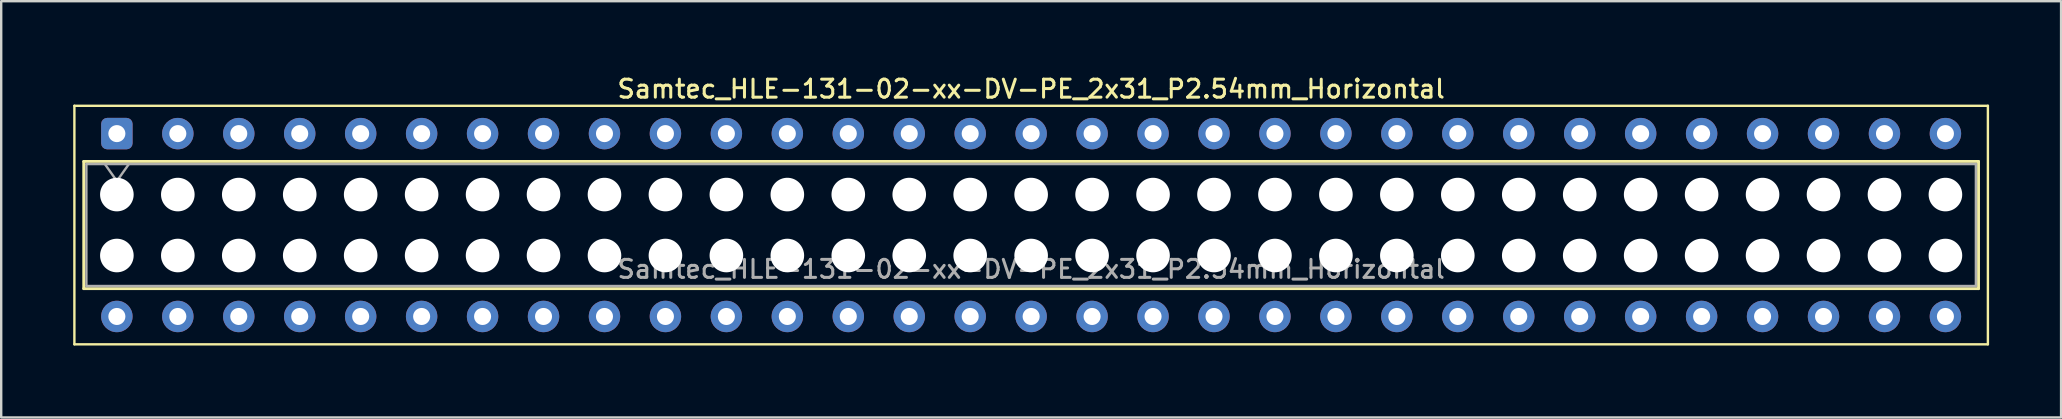
<source format=kicad_pcb>
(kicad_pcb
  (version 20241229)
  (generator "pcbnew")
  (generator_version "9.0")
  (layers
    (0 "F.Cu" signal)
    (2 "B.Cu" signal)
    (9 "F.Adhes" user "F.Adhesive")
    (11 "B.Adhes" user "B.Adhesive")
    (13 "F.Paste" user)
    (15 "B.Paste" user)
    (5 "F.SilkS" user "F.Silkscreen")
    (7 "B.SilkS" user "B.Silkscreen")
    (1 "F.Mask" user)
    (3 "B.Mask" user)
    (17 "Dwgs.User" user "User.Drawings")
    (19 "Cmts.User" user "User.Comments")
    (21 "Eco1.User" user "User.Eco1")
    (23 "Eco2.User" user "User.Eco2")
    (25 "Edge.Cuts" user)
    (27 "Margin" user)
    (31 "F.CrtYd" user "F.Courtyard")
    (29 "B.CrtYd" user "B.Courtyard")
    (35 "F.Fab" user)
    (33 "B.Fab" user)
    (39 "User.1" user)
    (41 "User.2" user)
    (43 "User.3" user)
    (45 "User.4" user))
  (footprint "Samtec_HLE-131-02-xx-DV-PE_2x31_P2.54mm_Horizontal"
    (layer "F.Cu")
    (at 1.82 2.518)
    (property "Reference" "Samtec_HLE-131-02-xx-DV-PE_2x31_P2.54mm_Horizontal" (at 38.1 -1.86 0) (layer "F.SilkS") (effects (font (size 0.75 0.75) (thickness 0.125))))
    (attr through_hole)
    (fp_line (start -1.77 -1.16) (end 77.97 -1.16) (stroke (width 0.1) (type solid)) (layer "F.SilkS"))
    (fp_line (start -1.77 8.78) (end -1.77 -1.16) (stroke (width 0.1) (type solid)) (layer "F.SilkS"))
    (fp_line (start -1.38 1.16) (end 77.58 1.16) (stroke (width 0.12) (type solid)) (layer "F.SilkS"))
    (fp_line (start -1.38 6.46) (end -1.38 1.16) (stroke (width 0.12) (type solid)) (layer "F.SilkS"))
    (fp_line (start 77.58 1.16) (end 77.58 6.46) (stroke (width 0.12) (type solid)) (layer "F.SilkS"))
    (fp_line (start 77.58 6.46) (end -1.38 6.46) (stroke (width 0.12) (type solid)) (layer "F.SilkS"))
    (fp_line (start 77.97 -1.16) (end 77.97 8.78) (stroke (width 0.1) (type solid)) (layer "F.SilkS"))
    (fp_line (start 77.97 8.78) (end -1.77 8.78) (stroke (width 0.1) (type solid)) (layer "F.SilkS"))
    (fp_line (start -1.27 1.27) (end 77.47 1.27) (stroke (width 0.1) (type solid)) (layer "F.Fab"))
    (fp_line (start -1.27 6.35) (end -1.27 1.27) (stroke (width 0.1) (type solid)) (layer "F.Fab"))
    (fp_line (start -0.5 1.27) (end 0 1.977) (stroke (width 0.1) (type solid)) (layer "F.Fab"))
    (fp_line (start 0 1.977) (end 0.5 1.27) (stroke (width 0.1) (type solid)) (layer "F.Fab"))
    (fp_line (start 77.47 1.27) (end 77.47 6.35) (stroke (width 0.1) (type solid)) (layer "F.Fab"))
    (fp_line (start 77.47 6.35) (end -1.27 6.35) (stroke (width 0.1) (type solid)) (layer "F.Fab"))
    (fp_text user "${REFERENCE}" (at 38.1 5.65 0) (layer "F.Fab") (effects (font (size 0.75 0.75) (thickness 0.125))))
    (pad "" np_thru_hole circle (at 0 2.54) (size 1.4 1.4) (drill 1.4) (layers "*.Cu" "*.Mask"))
    (pad "" np_thru_hole circle (at 0 5.08) (size 1.4 1.4) (drill 1.4) (layers "*.Cu" "*.Mask"))
    (pad "" np_thru_hole circle (at 2.54 2.54) (size 1.4 1.4) (drill 1.4) (layers "*.Cu" "*.Mask"))
    (pad "" np_thru_hole circle (at 2.54 5.08) (size 1.4 1.4) (drill 1.4) (layers "*.Cu" "*.Mask"))
    (pad "" np_thru_hole circle (at 5.08 2.54) (size 1.4 1.4) (drill 1.4) (layers "*.Cu" "*.Mask"))
    (pad "" np_thru_hole circle (at 5.08 5.08) (size 1.4 1.4) (drill 1.4) (layers "*.Cu" "*.Mask"))
    (pad "" np_thru_hole circle (at 7.62 2.54) (size 1.4 1.4) (drill 1.4) (layers "*.Cu" "*.Mask"))
    (pad "" np_thru_hole circle (at 7.62 5.08) (size 1.4 1.4) (drill 1.4) (layers "*.Cu" "*.Mask"))
    (pad "" np_thru_hole circle (at 10.16 2.54) (size 1.4 1.4) (drill 1.4) (layers "*.Cu" "*.Mask"))
    (pad "" np_thru_hole circle (at 10.16 5.08) (size 1.4 1.4) (drill 1.4) (layers "*.Cu" "*.Mask"))
    (pad "" np_thru_hole circle (at 12.7 2.54) (size 1.4 1.4) (drill 1.4) (layers "*.Cu" "*.Mask"))
    (pad "" np_thru_hole circle (at 12.7 5.08) (size 1.4 1.4) (drill 1.4) (layers "*.Cu" "*.Mask"))
    (pad "" np_thru_hole circle (at 15.24 2.54) (size 1.4 1.4) (drill 1.4) (layers "*.Cu" "*.Mask"))
    (pad "" np_thru_hole circle (at 15.24 5.08) (size 1.4 1.4) (drill 1.4) (layers "*.Cu" "*.Mask"))
    (pad "" np_thru_hole circle (at 17.78 2.54) (size 1.4 1.4) (drill 1.4) (layers "*.Cu" "*.Mask"))
    (pad "" np_thru_hole circle (at 17.78 5.08) (size 1.4 1.4) (drill 1.4) (layers "*.Cu" "*.Mask"))
    (pad "" np_thru_hole circle (at 20.32 2.54) (size 1.4 1.4) (drill 1.4) (layers "*.Cu" "*.Mask"))
    (pad "" np_thru_hole circle (at 20.32 5.08) (size 1.4 1.4) (drill 1.4) (layers "*.Cu" "*.Mask"))
    (pad "" np_thru_hole circle (at 22.86 2.54) (size 1.4 1.4) (drill 1.4) (layers "*.Cu" "*.Mask"))
    (pad "" np_thru_hole circle (at 22.86 5.08) (size 1.4 1.4) (drill 1.4) (layers "*.Cu" "*.Mask"))
    (pad "" np_thru_hole circle (at 25.4 2.54) (size 1.4 1.4) (drill 1.4) (layers "*.Cu" "*.Mask"))
    (pad "" np_thru_hole circle (at 25.4 5.08) (size 1.4 1.4) (drill 1.4) (layers "*.Cu" "*.Mask"))
    (pad "" np_thru_hole circle (at 27.94 2.54) (size 1.4 1.4) (drill 1.4) (layers "*.Cu" "*.Mask"))
    (pad "" np_thru_hole circle (at 27.94 5.08) (size 1.4 1.4) (drill 1.4) (layers "*.Cu" "*.Mask"))
    (pad "" np_thru_hole circle (at 30.48 2.54) (size 1.4 1.4) (drill 1.4) (layers "*.Cu" "*.Mask"))
    (pad "" np_thru_hole circle (at 30.48 5.08) (size 1.4 1.4) (drill 1.4) (layers "*.Cu" "*.Mask"))
    (pad "" np_thru_hole circle (at 33.02 2.54) (size 1.4 1.4) (drill 1.4) (layers "*.Cu" "*.Mask"))
    (pad "" np_thru_hole circle (at 33.02 5.08) (size 1.4 1.4) (drill 1.4) (layers "*.Cu" "*.Mask"))
    (pad "" np_thru_hole circle (at 35.56 2.54) (size 1.4 1.4) (drill 1.4) (layers "*.Cu" "*.Mask"))
    (pad "" np_thru_hole circle (at 35.56 5.08) (size 1.4 1.4) (drill 1.4) (layers "*.Cu" "*.Mask"))
    (pad "" np_thru_hole circle (at 38.1 2.54) (size 1.4 1.4) (drill 1.4) (layers "*.Cu" "*.Mask"))
    (pad "" np_thru_hole circle (at 38.1 5.08) (size 1.4 1.4) (drill 1.4) (layers "*.Cu" "*.Mask"))
    (pad "" np_thru_hole circle (at 40.64 2.54) (size 1.4 1.4) (drill 1.4) (layers "*.Cu" "*.Mask"))
    (pad "" np_thru_hole circle (at 40.64 5.08) (size 1.4 1.4) (drill 1.4) (layers "*.Cu" "*.Mask"))
    (pad "" np_thru_hole circle (at 43.18 2.54) (size 1.4 1.4) (drill 1.4) (layers "*.Cu" "*.Mask"))
    (pad "" np_thru_hole circle (at 43.18 5.08) (size 1.4 1.4) (drill 1.4) (layers "*.Cu" "*.Mask"))
    (pad "" np_thru_hole circle (at 45.72 2.54) (size 1.4 1.4) (drill 1.4) (layers "*.Cu" "*.Mask"))
    (pad "" np_thru_hole circle (at 45.72 5.08) (size 1.4 1.4) (drill 1.4) (layers "*.Cu" "*.Mask"))
    (pad "" np_thru_hole circle (at 48.26 2.54) (size 1.4 1.4) (drill 1.4) (layers "*.Cu" "*.Mask"))
    (pad "" np_thru_hole circle (at 48.26 5.08) (size 1.4 1.4) (drill 1.4) (layers "*.Cu" "*.Mask"))
    (pad "" np_thru_hole circle (at 50.8 2.54) (size 1.4 1.4) (drill 1.4) (layers "*.Cu" "*.Mask"))
    (pad "" np_thru_hole circle (at 50.8 5.08) (size 1.4 1.4) (drill 1.4) (layers "*.Cu" "*.Mask"))
    (pad "" np_thru_hole circle (at 53.34 2.54) (size 1.4 1.4) (drill 1.4) (layers "*.Cu" "*.Mask"))
    (pad "" np_thru_hole circle (at 53.34 5.08) (size 1.4 1.4) (drill 1.4) (layers "*.Cu" "*.Mask"))
    (pad "" np_thru_hole circle (at 55.88 2.54) (size 1.4 1.4) (drill 1.4) (layers "*.Cu" "*.Mask"))
    (pad "" np_thru_hole circle (at 55.88 5.08) (size 1.4 1.4) (drill 1.4) (layers "*.Cu" "*.Mask"))
    (pad "" np_thru_hole circle (at 58.42 2.54) (size 1.4 1.4) (drill 1.4) (layers "*.Cu" "*.Mask"))
    (pad "" np_thru_hole circle (at 58.42 5.08) (size 1.4 1.4) (drill 1.4) (layers "*.Cu" "*.Mask"))
    (pad "" np_thru_hole circle (at 60.96 2.54) (size 1.4 1.4) (drill 1.4) (layers "*.Cu" "*.Mask"))
    (pad "" np_thru_hole circle (at 60.96 5.08) (size 1.4 1.4) (drill 1.4) (layers "*.Cu" "*.Mask"))
    (pad "" np_thru_hole circle (at 63.5 2.54) (size 1.4 1.4) (drill 1.4) (layers "*.Cu" "*.Mask"))
    (pad "" np_thru_hole circle (at 63.5 5.08) (size 1.4 1.4) (drill 1.4) (layers "*.Cu" "*.Mask"))
    (pad "" np_thru_hole circle (at 66.04 2.54) (size 1.4 1.4) (drill 1.4) (layers "*.Cu" "*.Mask"))
    (pad "" np_thru_hole circle (at 66.04 5.08) (size 1.4 1.4) (drill 1.4) (layers "*.Cu" "*.Mask"))
    (pad "" np_thru_hole circle (at 68.58 2.54) (size 1.4 1.4) (drill 1.4) (layers "*.Cu" "*.Mask"))
    (pad "" np_thru_hole circle (at 68.58 5.08) (size 1.4 1.4) (drill 1.4) (layers "*.Cu" "*.Mask"))
    (pad "" np_thru_hole circle (at 71.12 2.54) (size 1.4 1.4) (drill 1.4) (layers "*.Cu" "*.Mask"))
    (pad "" np_thru_hole circle (at 71.12 5.08) (size 1.4 1.4) (drill 1.4) (layers "*.Cu" "*.Mask"))
    (pad "" np_thru_hole circle (at 73.66 2.54) (size 1.4 1.4) (drill 1.4) (layers "*.Cu" "*.Mask"))
    (pad "" np_thru_hole circle (at 73.66 5.08) (size 1.4 1.4) (drill 1.4) (layers "*.Cu" "*.Mask"))
    (pad "" np_thru_hole circle (at 76.2 2.54) (size 1.4 1.4) (drill 1.4) (layers "*.Cu" "*.Mask"))
    (pad "" np_thru_hole circle (at 76.2 5.08) (size 1.4 1.4) (drill 1.4) (layers "*.Cu" "*.Mask"))
    (pad "1" thru_hole roundrect (at 0 0) (size 1.31 1.31) (drill 0.71) (layers "*.Cu" "*.Mask") (roundrect_rratio 0.191))
    (pad "2" thru_hole circle (at 0 7.62) (size 1.31 1.31) (drill 0.71) (layers "*.Cu" "*.Mask"))
    (pad "3" thru_hole circle (at 2.54 0) (size 1.31 1.31) (drill 0.71) (layers "*.Cu" "*.Mask"))
    (pad "4" thru_hole circle (at 2.54 7.62) (size 1.31 1.31) (drill 0.71) (layers "*.Cu" "*.Mask"))
    (pad "5" thru_hole circle (at 5.08 0) (size 1.31 1.31) (drill 0.71) (layers "*.Cu" "*.Mask"))
    (pad "6" thru_hole circle (at 5.08 7.62) (size 1.31 1.31) (drill 0.71) (layers "*.Cu" "*.Mask"))
    (pad "7" thru_hole circle (at 7.62 0) (size 1.31 1.31) (drill 0.71) (layers "*.Cu" "*.Mask"))
    (pad "8" thru_hole circle (at 7.62 7.62) (size 1.31 1.31) (drill 0.71) (layers "*.Cu" "*.Mask"))
    (pad "9" thru_hole circle (at 10.16 0) (size 1.31 1.31) (drill 0.71) (layers "*.Cu" "*.Mask"))
    (pad "10" thru_hole circle (at 10.16 7.62) (size 1.31 1.31) (drill 0.71) (layers "*.Cu" "*.Mask"))
    (pad "11" thru_hole circle (at 12.7 0) (size 1.31 1.31) (drill 0.71) (layers "*.Cu" "*.Mask"))
    (pad "12" thru_hole circle (at 12.7 7.62) (size 1.31 1.31) (drill 0.71) (layers "*.Cu" "*.Mask"))
    (pad "13" thru_hole circle (at 15.24 0) (size 1.31 1.31) (drill 0.71) (layers "*.Cu" "*.Mask"))
    (pad "14" thru_hole circle (at 15.24 7.62) (size 1.31 1.31) (drill 0.71) (layers "*.Cu" "*.Mask"))
    (pad "15" thru_hole circle (at 17.78 0) (size 1.31 1.31) (drill 0.71) (layers "*.Cu" "*.Mask"))
    (pad "16" thru_hole circle (at 17.78 7.62) (size 1.31 1.31) (drill 0.71) (layers "*.Cu" "*.Mask"))
    (pad "17" thru_hole circle (at 20.32 0) (size 1.31 1.31) (drill 0.71) (layers "*.Cu" "*.Mask"))
    (pad "18" thru_hole circle (at 20.32 7.62) (size 1.31 1.31) (drill 0.71) (layers "*.Cu" "*.Mask"))
    (pad "19" thru_hole circle (at 22.86 0) (size 1.31 1.31) (drill 0.71) (layers "*.Cu" "*.Mask"))
    (pad "20" thru_hole circle (at 22.86 7.62) (size 1.31 1.31) (drill 0.71) (layers "*.Cu" "*.Mask"))
    (pad "21" thru_hole circle (at 25.4 0) (size 1.31 1.31) (drill 0.71) (layers "*.Cu" "*.Mask"))
    (pad "22" thru_hole circle (at 25.4 7.62) (size 1.31 1.31) (drill 0.71) (layers "*.Cu" "*.Mask"))
    (pad "23" thru_hole circle (at 27.94 0) (size 1.31 1.31) (drill 0.71) (layers "*.Cu" "*.Mask"))
    (pad "24" thru_hole circle (at 27.94 7.62) (size 1.31 1.31) (drill 0.71) (layers "*.Cu" "*.Mask"))
    (pad "25" thru_hole circle (at 30.48 0) (size 1.31 1.31) (drill 0.71) (layers "*.Cu" "*.Mask"))
    (pad "26" thru_hole circle (at 30.48 7.62) (size 1.31 1.31) (drill 0.71) (layers "*.Cu" "*.Mask"))
    (pad "27" thru_hole circle (at 33.02 0) (size 1.31 1.31) (drill 0.71) (layers "*.Cu" "*.Mask"))
    (pad "28" thru_hole circle (at 33.02 7.62) (size 1.31 1.31) (drill 0.71) (layers "*.Cu" "*.Mask"))
    (pad "29" thru_hole circle (at 35.56 0) (size 1.31 1.31) (drill 0.71) (layers "*.Cu" "*.Mask"))
    (pad "30" thru_hole circle (at 35.56 7.62) (size 1.31 1.31) (drill 0.71) (layers "*.Cu" "*.Mask"))
    (pad "31" thru_hole circle (at 38.1 0) (size 1.31 1.31) (drill 0.71) (layers "*.Cu" "*.Mask"))
    (pad "32" thru_hole circle (at 38.1 7.62) (size 1.31 1.31) (drill 0.71) (layers "*.Cu" "*.Mask"))
    (pad "33" thru_hole circle (at 40.64 0) (size 1.31 1.31) (drill 0.71) (layers "*.Cu" "*.Mask"))
    (pad "34" thru_hole circle (at 40.64 7.62) (size 1.31 1.31) (drill 0.71) (layers "*.Cu" "*.Mask"))
    (pad "35" thru_hole circle (at 43.18 0) (size 1.31 1.31) (drill 0.71) (layers "*.Cu" "*.Mask"))
    (pad "36" thru_hole circle (at 43.18 7.62) (size 1.31 1.31) (drill 0.71) (layers "*.Cu" "*.Mask"))
    (pad "37" thru_hole circle (at 45.72 0) (size 1.31 1.31) (drill 0.71) (layers "*.Cu" "*.Mask"))
    (pad "38" thru_hole circle (at 45.72 7.62) (size 1.31 1.31) (drill 0.71) (layers "*.Cu" "*.Mask"))
    (pad "39" thru_hole circle (at 48.26 0) (size 1.31 1.31) (drill 0.71) (layers "*.Cu" "*.Mask"))
    (pad "40" thru_hole circle (at 48.26 7.62) (size 1.31 1.31) (drill 0.71) (layers "*.Cu" "*.Mask"))
    (pad "41" thru_hole circle (at 50.8 0) (size 1.31 1.31) (drill 0.71) (layers "*.Cu" "*.Mask"))
    (pad "42" thru_hole circle (at 50.8 7.62) (size 1.31 1.31) (drill 0.71) (layers "*.Cu" "*.Mask"))
    (pad "43" thru_hole circle (at 53.34 0) (size 1.31 1.31) (drill 0.71) (layers "*.Cu" "*.Mask"))
    (pad "44" thru_hole circle (at 53.34 7.62) (size 1.31 1.31) (drill 0.71) (layers "*.Cu" "*.Mask"))
    (pad "45" thru_hole circle (at 55.88 0) (size 1.31 1.31) (drill 0.71) (layers "*.Cu" "*.Mask"))
    (pad "46" thru_hole circle (at 55.88 7.62) (size 1.31 1.31) (drill 0.71) (layers "*.Cu" "*.Mask"))
    (pad "47" thru_hole circle (at 58.42 0) (size 1.31 1.31) (drill 0.71) (layers "*.Cu" "*.Mask"))
    (pad "48" thru_hole circle (at 58.42 7.62) (size 1.31 1.31) (drill 0.71) (layers "*.Cu" "*.Mask"))
    (pad "49" thru_hole circle (at 60.96 0) (size 1.31 1.31) (drill 0.71) (layers "*.Cu" "*.Mask"))
    (pad "50" thru_hole circle (at 60.96 7.62) (size 1.31 1.31) (drill 0.71) (layers "*.Cu" "*.Mask"))
    (pad "51" thru_hole circle (at 63.5 0) (size 1.31 1.31) (drill 0.71) (layers "*.Cu" "*.Mask"))
    (pad "52" thru_hole circle (at 63.5 7.62) (size 1.31 1.31) (drill 0.71) (layers "*.Cu" "*.Mask"))
    (pad "53" thru_hole circle (at 66.04 0) (size 1.31 1.31) (drill 0.71) (layers "*.Cu" "*.Mask"))
    (pad "54" thru_hole circle (at 66.04 7.62) (size 1.31 1.31) (drill 0.71) (layers "*.Cu" "*.Mask"))
    (pad "55" thru_hole circle (at 68.58 0) (size 1.31 1.31) (drill 0.71) (layers "*.Cu" "*.Mask"))
    (pad "56" thru_hole circle (at 68.58 7.62) (size 1.31 1.31) (drill 0.71) (layers "*.Cu" "*.Mask"))
    (pad "57" thru_hole circle (at 71.12 0) (size 1.31 1.31) (drill 0.71) (layers "*.Cu" "*.Mask"))
    (pad "58" thru_hole circle (at 71.12 7.62) (size 1.31 1.31) (drill 0.71) (layers "*.Cu" "*.Mask"))
    (pad "59" thru_hole circle (at 73.66 0) (size 1.31 1.31) (drill 0.71) (layers "*.Cu" "*.Mask"))
    (pad "60" thru_hole circle (at 73.66 7.62) (size 1.31 1.31) (drill 0.71) (layers "*.Cu" "*.Mask"))
    (pad "61" thru_hole circle (at 76.2 0) (size 1.31 1.31) (drill 0.71) (layers "*.Cu" "*.Mask"))
    (pad "62" thru_hole circle (at 76.2 7.62) (size 1.31 1.31) (drill 0.71) (layers "*.Cu" "*.Mask")))
  (gr_rect
    (start -3 -3)
    (end 82.84 14.348)
    (stroke (width 0.1) (type default))
    (fill no)
    (layer "Edge.Cuts")))
</source>
